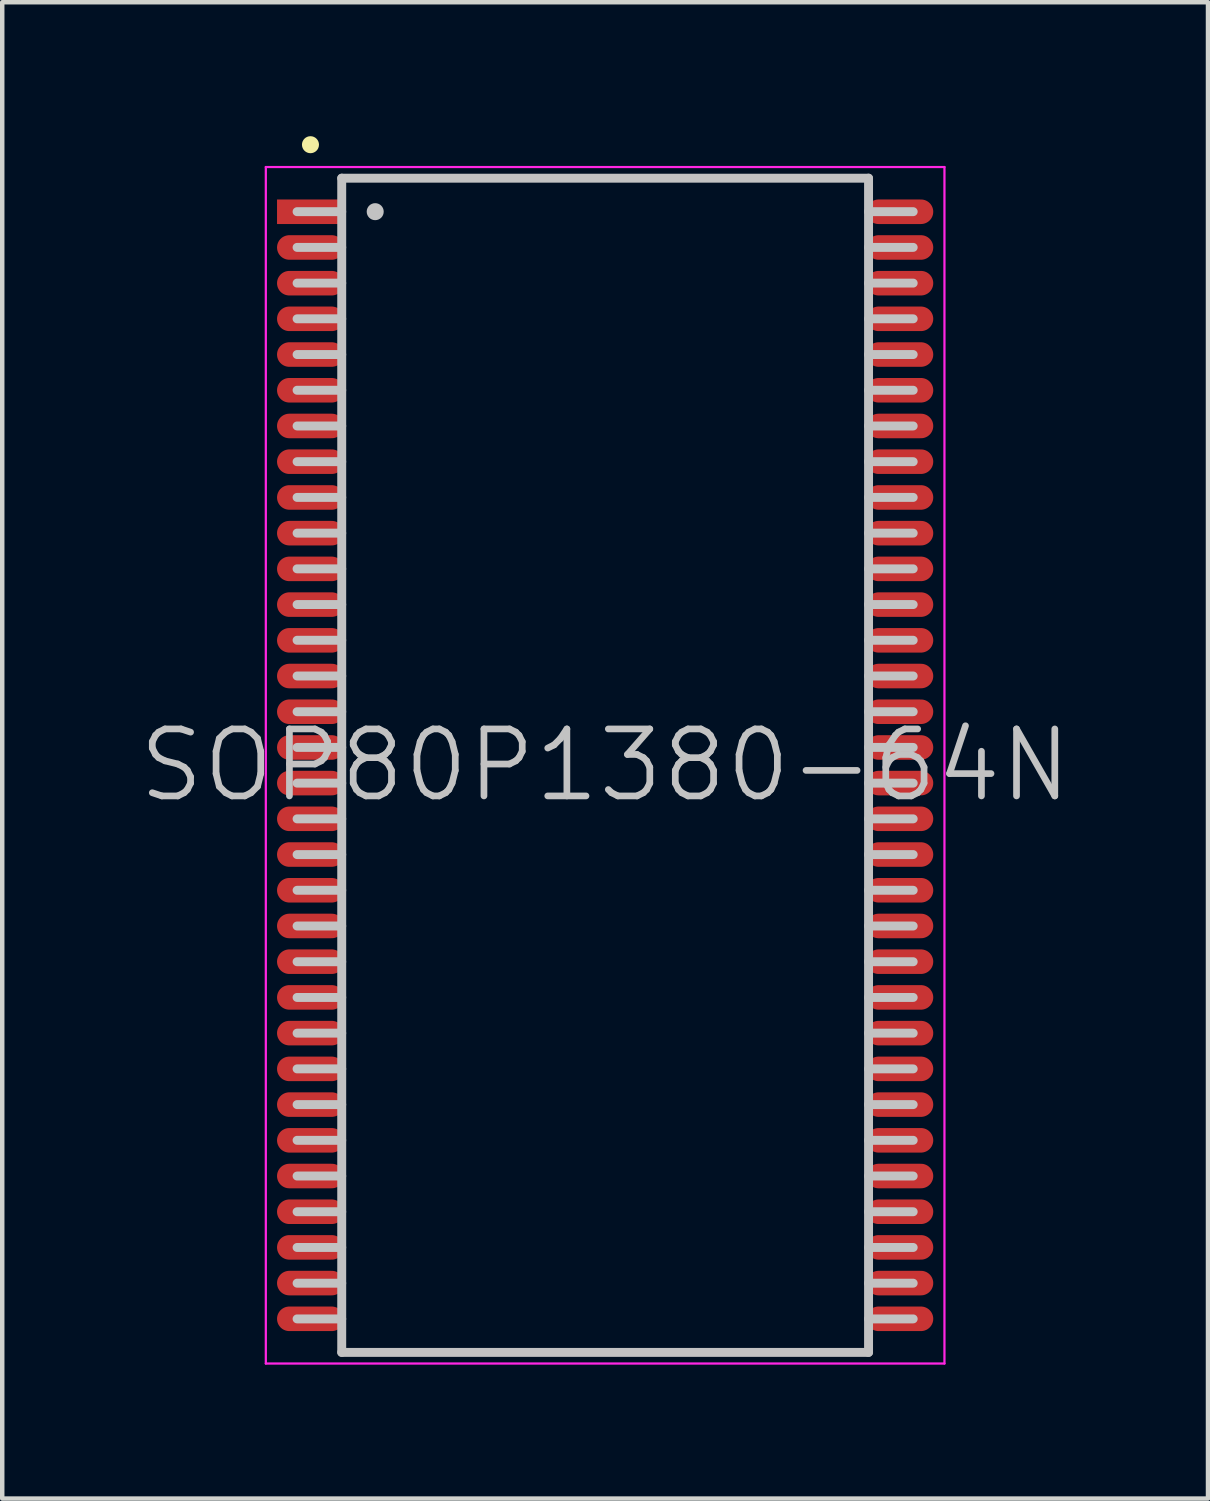
<source format=kicad_pcb>
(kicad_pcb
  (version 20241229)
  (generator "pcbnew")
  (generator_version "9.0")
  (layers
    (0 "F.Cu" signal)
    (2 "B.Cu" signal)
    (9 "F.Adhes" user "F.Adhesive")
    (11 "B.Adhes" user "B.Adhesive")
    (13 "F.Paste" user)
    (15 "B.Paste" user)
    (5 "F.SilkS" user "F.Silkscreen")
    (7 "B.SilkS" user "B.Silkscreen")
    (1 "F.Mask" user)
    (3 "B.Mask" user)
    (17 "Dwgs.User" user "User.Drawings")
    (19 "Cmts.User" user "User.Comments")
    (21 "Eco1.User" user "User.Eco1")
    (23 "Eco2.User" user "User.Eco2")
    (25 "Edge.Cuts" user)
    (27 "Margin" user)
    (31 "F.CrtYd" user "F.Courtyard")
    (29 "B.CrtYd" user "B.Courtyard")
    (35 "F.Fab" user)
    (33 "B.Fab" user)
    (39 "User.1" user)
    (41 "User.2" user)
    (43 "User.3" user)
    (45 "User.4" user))
  (footprint "SOP80P1380-64N"
    (layer "F.Cu")
    (at 10.504 14.091)
    (property "Reference" "SOP80P1380-64N" (at 0 0 0) (layer "Dwgs.User") (effects (font (size 1.5 1.5) (thickness 0.15))))
    (attr smd)
    (fp_line (start -6.6 -13.9) (end -6.6 -13.9) (stroke (width 0.381) (type solid)) (layer "F.SilkS"))
    (fp_line (start -5.9 -13.15) (end -5.9 13.15) (stroke (width 0.2) (type solid)) (layer "Dwgs.User"))
    (fp_line (start -5.9 -13.15) (end 5.9 -13.15) (stroke (width 0.2) (type solid)) (layer "Dwgs.User"))
    (fp_line (start -5.9 -12.4) (end -6.9 -12.4) (stroke (width 0.2) (type solid)) (layer "Dwgs.User"))
    (fp_line (start -5.9 -11.6) (end -6.9 -11.6) (stroke (width 0.2) (type solid)) (layer "Dwgs.User"))
    (fp_line (start -5.9 -10.8) (end -6.9 -10.8) (stroke (width 0.2) (type solid)) (layer "Dwgs.User"))
    (fp_line (start -5.9 -10) (end -6.9 -10) (stroke (width 0.2) (type solid)) (layer "Dwgs.User"))
    (fp_line (start -5.9 -9.2) (end -6.9 -9.2) (stroke (width 0.2) (type solid)) (layer "Dwgs.User"))
    (fp_line (start -5.9 -8.4) (end -6.9 -8.4) (stroke (width 0.2) (type solid)) (layer "Dwgs.User"))
    (fp_line (start -5.9 -7.6) (end -6.9 -7.6) (stroke (width 0.2) (type solid)) (layer "Dwgs.User"))
    (fp_line (start -5.9 -6.8) (end -6.9 -6.8) (stroke (width 0.2) (type solid)) (layer "Dwgs.User"))
    (fp_line (start -5.9 -6) (end -6.9 -6) (stroke (width 0.2) (type solid)) (layer "Dwgs.User"))
    (fp_line (start -5.9 -5.2) (end -6.9 -5.2) (stroke (width 0.2) (type solid)) (layer "Dwgs.User"))
    (fp_line (start -5.9 -4.4) (end -6.9 -4.4) (stroke (width 0.2) (type solid)) (layer "Dwgs.User"))
    (fp_line (start -5.9 -3.6) (end -6.9 -3.6) (stroke (width 0.2) (type solid)) (layer "Dwgs.User"))
    (fp_line (start -5.9 -2.8) (end -6.9 -2.8) (stroke (width 0.2) (type solid)) (layer "Dwgs.User"))
    (fp_line (start -5.9 -2) (end -6.9 -2) (stroke (width 0.2) (type solid)) (layer "Dwgs.User"))
    (fp_line (start -5.9 -1.2) (end -6.9 -1.2) (stroke (width 0.2) (type solid)) (layer "Dwgs.User"))
    (fp_line (start -5.9 -0.4) (end -6.9 -0.4) (stroke (width 0.2) (type solid)) (layer "Dwgs.User"))
    (fp_line (start -5.9 0.4) (end -6.9 0.4) (stroke (width 0.2) (type solid)) (layer "Dwgs.User"))
    (fp_line (start -5.9 1.2) (end -6.9 1.2) (stroke (width 0.2) (type solid)) (layer "Dwgs.User"))
    (fp_line (start -5.9 2) (end -6.9 2) (stroke (width 0.2) (type solid)) (layer "Dwgs.User"))
    (fp_line (start -5.9 2.8) (end -6.9 2.8) (stroke (width 0.2) (type solid)) (layer "Dwgs.User"))
    (fp_line (start -5.9 3.6) (end -6.9 3.6) (stroke (width 0.2) (type solid)) (layer "Dwgs.User"))
    (fp_line (start -5.9 4.4) (end -6.9 4.4) (stroke (width 0.2) (type solid)) (layer "Dwgs.User"))
    (fp_line (start -5.9 5.2) (end -6.9 5.2) (stroke (width 0.2) (type solid)) (layer "Dwgs.User"))
    (fp_line (start -5.9 6) (end -6.9 6) (stroke (width 0.2) (type solid)) (layer "Dwgs.User"))
    (fp_line (start -5.9 6.8) (end -6.9 6.8) (stroke (width 0.2) (type solid)) (layer "Dwgs.User"))
    (fp_line (start -5.9 7.6) (end -6.9 7.6) (stroke (width 0.2) (type solid)) (layer "Dwgs.User"))
    (fp_line (start -5.9 8.4) (end -6.9 8.4) (stroke (width 0.2) (type solid)) (layer "Dwgs.User"))
    (fp_line (start -5.9 9.2) (end -6.9 9.2) (stroke (width 0.2) (type solid)) (layer "Dwgs.User"))
    (fp_line (start -5.9 10) (end -6.9 10) (stroke (width 0.2) (type solid)) (layer "Dwgs.User"))
    (fp_line (start -5.9 10.8) (end -6.9 10.8) (stroke (width 0.2) (type solid)) (layer "Dwgs.User"))
    (fp_line (start -5.9 11.6) (end -6.9 11.6) (stroke (width 0.2) (type solid)) (layer "Dwgs.User"))
    (fp_line (start -5.9 12.4) (end -6.9 12.4) (stroke (width 0.2) (type solid)) (layer "Dwgs.User"))
    (fp_line (start -5.9 13.15) (end 5.9 13.15) (stroke (width 0.2) (type solid)) (layer "Dwgs.User"))
    (fp_line (start -5.15 -12.4) (end -5.15 -12.4) (stroke (width 0.381) (type solid)) (layer "Dwgs.User"))
    (fp_line (start 5.9 -13.15) (end 5.9 13.15) (stroke (width 0.2) (type solid)) (layer "Dwgs.User"))
    (fp_line (start 6.9 -12.4) (end 5.9 -12.4) (stroke (width 0.2) (type solid)) (layer "Dwgs.User"))
    (fp_line (start 6.9 -11.6) (end 5.9 -11.6) (stroke (width 0.2) (type solid)) (layer "Dwgs.User"))
    (fp_line (start 6.9 -10.8) (end 5.9 -10.8) (stroke (width 0.2) (type solid)) (layer "Dwgs.User"))
    (fp_line (start 6.9 -10) (end 5.9 -10) (stroke (width 0.2) (type solid)) (layer "Dwgs.User"))
    (fp_line (start 6.9 -9.2) (end 5.9 -9.2) (stroke (width 0.2) (type solid)) (layer "Dwgs.User"))
    (fp_line (start 6.9 -8.4) (end 5.9 -8.4) (stroke (width 0.2) (type solid)) (layer "Dwgs.User"))
    (fp_line (start 6.9 -7.6) (end 5.9 -7.6) (stroke (width 0.2) (type solid)) (layer "Dwgs.User"))
    (fp_line (start 6.9 -6.8) (end 5.9 -6.8) (stroke (width 0.2) (type solid)) (layer "Dwgs.User"))
    (fp_line (start 6.9 -6) (end 5.9 -6) (stroke (width 0.2) (type solid)) (layer "Dwgs.User"))
    (fp_line (start 6.9 -5.2) (end 5.9 -5.2) (stroke (width 0.2) (type solid)) (layer "Dwgs.User"))
    (fp_line (start 6.9 -4.4) (end 5.9 -4.4) (stroke (width 0.2) (type solid)) (layer "Dwgs.User"))
    (fp_line (start 6.9 -3.6) (end 5.9 -3.6) (stroke (width 0.2) (type solid)) (layer "Dwgs.User"))
    (fp_line (start 6.9 -2.8) (end 5.9 -2.8) (stroke (width 0.2) (type solid)) (layer "Dwgs.User"))
    (fp_line (start 6.9 -2) (end 5.9 -2) (stroke (width 0.2) (type solid)) (layer "Dwgs.User"))
    (fp_line (start 6.9 -1.2) (end 5.9 -1.2) (stroke (width 0.2) (type solid)) (layer "Dwgs.User"))
    (fp_line (start 6.9 -0.4) (end 5.9 -0.4) (stroke (width 0.2) (type solid)) (layer "Dwgs.User"))
    (fp_line (start 6.9 0.4) (end 5.9 0.4) (stroke (width 0.2) (type solid)) (layer "Dwgs.User"))
    (fp_line (start 6.9 1.2) (end 5.9 1.2) (stroke (width 0.2) (type solid)) (layer "Dwgs.User"))
    (fp_line (start 6.9 2) (end 5.9 2) (stroke (width 0.2) (type solid)) (layer "Dwgs.User"))
    (fp_line (start 6.9 2.8) (end 5.9 2.8) (stroke (width 0.2) (type solid)) (layer "Dwgs.User"))
    (fp_line (start 6.9 3.6) (end 5.9 3.6) (stroke (width 0.2) (type solid)) (layer "Dwgs.User"))
    (fp_line (start 6.9 4.4) (end 5.9 4.4) (stroke (width 0.2) (type solid)) (layer "Dwgs.User"))
    (fp_line (start 6.9 5.2) (end 5.9 5.2) (stroke (width 0.2) (type solid)) (layer "Dwgs.User"))
    (fp_line (start 6.9 6) (end 5.9 6) (stroke (width 0.2) (type solid)) (layer "Dwgs.User"))
    (fp_line (start 6.9 6.8) (end 5.9 6.8) (stroke (width 0.2) (type solid)) (layer "Dwgs.User"))
    (fp_line (start 6.9 7.6) (end 5.9 7.6) (stroke (width 0.2) (type solid)) (layer "Dwgs.User"))
    (fp_line (start 6.9 8.4) (end 5.9 8.4) (stroke (width 0.2) (type solid)) (layer "Dwgs.User"))
    (fp_line (start 6.9 9.2) (end 5.9 9.2) (stroke (width 0.2) (type solid)) (layer "Dwgs.User"))
    (fp_line (start 6.9 10) (end 5.9 10) (stroke (width 0.2) (type solid)) (layer "Dwgs.User"))
    (fp_line (start 6.9 10.8) (end 5.9 10.8) (stroke (width 0.2) (type solid)) (layer "Dwgs.User"))
    (fp_line (start 6.9 11.6) (end 5.9 11.6) (stroke (width 0.2) (type solid)) (layer "Dwgs.User"))
    (fp_line (start 6.9 12.4) (end 5.9 12.4) (stroke (width 0.2) (type solid)) (layer "Dwgs.User"))
    (fp_line (start -7.6 -13.4) (end -7.6 13.4) (stroke (width 0.05) (type solid)) (layer "F.CrtYd"))
    (fp_line (start -7.6 -13.4) (end 7.6 -13.4) (stroke (width 0.05) (type solid)) (layer "F.CrtYd"))
    (fp_line (start -7.6 13.4) (end 7.6 13.4) (stroke (width 0.05) (type solid)) (layer "F.CrtYd"))
    (fp_line (start 7.6 -13.4) (end 7.6 13.4) (stroke (width 0.05) (type solid)) (layer "F.CrtYd"))
    (pad "1" smd rect (at -6.599 -12.398 90) (size 0.55 1.5) (layers "F.Cu" "F.Mask" "F.Paste"))
    (pad "2" smd oval (at -6.599 -11.598 90) (size 0.55 1.5) (layers "F.Cu" "F.Mask" "F.Paste"))
    (pad "3" smd oval (at -6.599 -10.798 90) (size 0.55 1.5) (layers "F.Cu" "F.Mask" "F.Paste"))
    (pad "4" smd oval (at -6.599 -10 90) (size 0.55 1.5) (layers "F.Cu" "F.Mask" "F.Paste"))
    (pad "5" smd oval (at -6.599 -9.2 90) (size 0.55 1.5) (layers "F.Cu" "F.Mask" "F.Paste"))
    (pad "6" smd oval (at -6.599 -8.4 90) (size 0.55 1.5) (layers "F.Cu" "F.Mask" "F.Paste"))
    (pad "7" smd oval (at -6.599 -7.6 90) (size 0.55 1.5) (layers "F.Cu" "F.Mask" "F.Paste"))
    (pad "8" smd oval (at -6.599 -6.8 90) (size 0.55 1.5) (layers "F.Cu" "F.Mask" "F.Paste"))
    (pad "9" smd oval (at -6.599 -5.999 90) (size 0.55 1.5) (layers "F.Cu" "F.Mask" "F.Paste"))
    (pad "10" smd oval (at -6.599 -5.199 90) (size 0.55 1.5) (layers "F.Cu" "F.Mask" "F.Paste"))
    (pad "11" smd oval (at -6.599 -4.399 90) (size 0.55 1.5) (layers "F.Cu" "F.Mask" "F.Paste"))
    (pad "12" smd oval (at -6.599 -3.599 90) (size 0.55 1.5) (layers "F.Cu" "F.Mask" "F.Paste"))
    (pad "13" smd oval (at -6.599 -2.799 90) (size 0.55 1.5) (layers "F.Cu" "F.Mask" "F.Paste"))
    (pad "14" smd oval (at -6.599 -1.999 90) (size 0.55 1.5) (layers "F.Cu" "F.Mask" "F.Paste"))
    (pad "15" smd oval (at -6.599 -1.199 90) (size 0.55 1.5) (layers "F.Cu" "F.Mask" "F.Paste"))
    (pad "16" smd oval (at -6.599 -0.399 90) (size 0.55 1.5) (layers "F.Cu" "F.Mask" "F.Paste"))
    (pad "17" smd oval (at -6.599 0.399 90) (size 0.55 1.5) (layers "F.Cu" "F.Mask" "F.Paste"))
    (pad "18" smd oval (at -6.599 1.199 90) (size 0.55 1.5) (layers "F.Cu" "F.Mask" "F.Paste"))
    (pad "19" smd oval (at -6.599 1.999 90) (size 0.55 1.5) (layers "F.Cu" "F.Mask" "F.Paste"))
    (pad "20" smd oval (at -6.599 2.799 90) (size 0.55 1.5) (layers "F.Cu" "F.Mask" "F.Paste"))
    (pad "21" smd oval (at -6.599 3.599 90) (size 0.55 1.5) (layers "F.Cu" "F.Mask" "F.Paste"))
    (pad "22" smd oval (at -6.599 4.399 90) (size 0.55 1.5) (layers "F.Cu" "F.Mask" "F.Paste"))
    (pad "23" smd oval (at -6.599 5.199 90) (size 0.55 1.5) (layers "F.Cu" "F.Mask" "F.Paste"))
    (pad "24" smd oval (at -6.599 5.999 90) (size 0.55 1.5) (layers "F.Cu" "F.Mask" "F.Paste"))
    (pad "25" smd oval (at -6.599 6.8 90) (size 0.55 1.5) (layers "F.Cu" "F.Mask" "F.Paste"))
    (pad "26" smd oval (at -6.599 7.6 90) (size 0.55 1.5) (layers "F.Cu" "F.Mask" "F.Paste"))
    (pad "27" smd oval (at -6.599 8.4 90) (size 0.55 1.5) (layers "F.Cu" "F.Mask" "F.Paste"))
    (pad "28" smd oval (at -6.599 9.2 90) (size 0.55 1.5) (layers "F.Cu" "F.Mask" "F.Paste"))
    (pad "29" smd oval (at -6.599 10 90) (size 0.55 1.5) (layers "F.Cu" "F.Mask" "F.Paste"))
    (pad "30" smd oval (at -6.599 10.798 90) (size 0.55 1.5) (layers "F.Cu" "F.Mask" "F.Paste"))
    (pad "31" smd oval (at -6.599 11.598 90) (size 0.55 1.5) (layers "F.Cu" "F.Mask" "F.Paste"))
    (pad "32" smd oval (at -6.599 12.398 90) (size 0.55 1.5) (layers "F.Cu" "F.Mask" "F.Paste"))
    (pad "33" smd oval (at 6.599 12.398 270) (size 0.55 1.5) (layers "F.Cu" "F.Mask" "F.Paste"))
    (pad "34" smd oval (at 6.599 11.598 270) (size 0.55 1.5) (layers "F.Cu" "F.Mask" "F.Paste"))
    (pad "35" smd oval (at 6.599 10.798 270) (size 0.55 1.5) (layers "F.Cu" "F.Mask" "F.Paste"))
    (pad "36" smd oval (at 6.599 10 270) (size 0.55 1.5) (layers "F.Cu" "F.Mask" "F.Paste"))
    (pad "37" smd oval (at 6.599 9.2 270) (size 0.55 1.5) (layers "F.Cu" "F.Mask" "F.Paste"))
    (pad "38" smd oval (at 6.599 8.4 270) (size 0.55 1.5) (layers "F.Cu" "F.Mask" "F.Paste"))
    (pad "39" smd oval (at 6.599 7.6 270) (size 0.55 1.5) (layers "F.Cu" "F.Mask" "F.Paste"))
    (pad "40" smd oval (at 6.599 6.8 270) (size 0.55 1.5) (layers "F.Cu" "F.Mask" "F.Paste"))
    (pad "41" smd oval (at 6.599 5.999 270) (size 0.55 1.5) (layers "F.Cu" "F.Mask" "F.Paste"))
    (pad "42" smd oval (at 6.599 5.199 270) (size 0.55 1.5) (layers "F.Cu" "F.Mask" "F.Paste"))
    (pad "43" smd oval (at 6.599 4.399 270) (size 0.55 1.5) (layers "F.Cu" "F.Mask" "F.Paste"))
    (pad "44" smd oval (at 6.599 3.599 270) (size 0.55 1.5) (layers "F.Cu" "F.Mask" "F.Paste"))
    (pad "45" smd oval (at 6.599 2.799 270) (size 0.55 1.5) (layers "F.Cu" "F.Mask" "F.Paste"))
    (pad "46" smd oval (at 6.599 1.999 270) (size 0.55 1.5) (layers "F.Cu" "F.Mask" "F.Paste"))
    (pad "47" smd oval (at 6.599 1.199 270) (size 0.55 1.5) (layers "F.Cu" "F.Mask" "F.Paste"))
    (pad "48" smd oval (at 6.599 0.399 270) (size 0.55 1.5) (layers "F.Cu" "F.Mask" "F.Paste"))
    (pad "49" smd oval (at 6.599 -0.399 270) (size 0.55 1.5) (layers "F.Cu" "F.Mask" "F.Paste"))
    (pad "50" smd oval (at 6.599 -1.199 270) (size 0.55 1.5) (layers "F.Cu" "F.Mask" "F.Paste"))
    (pad "51" smd oval (at 6.599 -1.999 270) (size 0.55 1.5) (layers "F.Cu" "F.Mask" "F.Paste"))
    (pad "52" smd oval (at 6.599 -2.799 270) (size 0.55 1.5) (layers "F.Cu" "F.Mask" "F.Paste"))
    (pad "53" smd oval (at 6.599 -3.599 270) (size 0.55 1.5) (layers "F.Cu" "F.Mask" "F.Paste"))
    (pad "54" smd oval (at 6.599 -4.399 270) (size 0.55 1.5) (layers "F.Cu" "F.Mask" "F.Paste"))
    (pad "55" smd oval (at 6.599 -5.199 270) (size 0.55 1.5) (layers "F.Cu" "F.Mask" "F.Paste"))
    (pad "56" smd oval (at 6.599 -5.999 270) (size 0.55 1.5) (layers "F.Cu" "F.Mask" "F.Paste"))
    (pad "57" smd oval (at 6.599 -6.8 270) (size 0.55 1.5) (layers "F.Cu" "F.Mask" "F.Paste"))
    (pad "58" smd oval (at 6.599 -7.6 270) (size 0.55 1.5) (layers "F.Cu" "F.Mask" "F.Paste"))
    (pad "59" smd oval (at 6.599 -8.4 270) (size 0.55 1.5) (layers "F.Cu" "F.Mask" "F.Paste"))
    (pad "60" smd oval (at 6.599 -9.2 270) (size 0.55 1.5) (layers "F.Cu" "F.Mask" "F.Paste"))
    (pad "61" smd oval (at 6.599 -10 270) (size 0.55 1.5) (layers "F.Cu" "F.Mask" "F.Paste"))
    (pad "62" smd oval (at 6.599 -10.798 270) (size 0.55 1.5) (layers "F.Cu" "F.Mask" "F.Paste"))
    (pad "63" smd oval (at 6.599 -11.598 270) (size 0.55 1.5) (layers "F.Cu" "F.Mask" "F.Paste"))
    (pad "64" smd oval (at 6.599 -12.398 270) (size 0.55 1.5) (layers "F.Cu" "F.Mask" "F.Paste")))
  (gr_rect
    (start -3 -3)
    (end 24.007 30.515)
    (stroke (width 0.1) (type default))
    (fill no)
    (layer "Edge.Cuts")))
</source>
